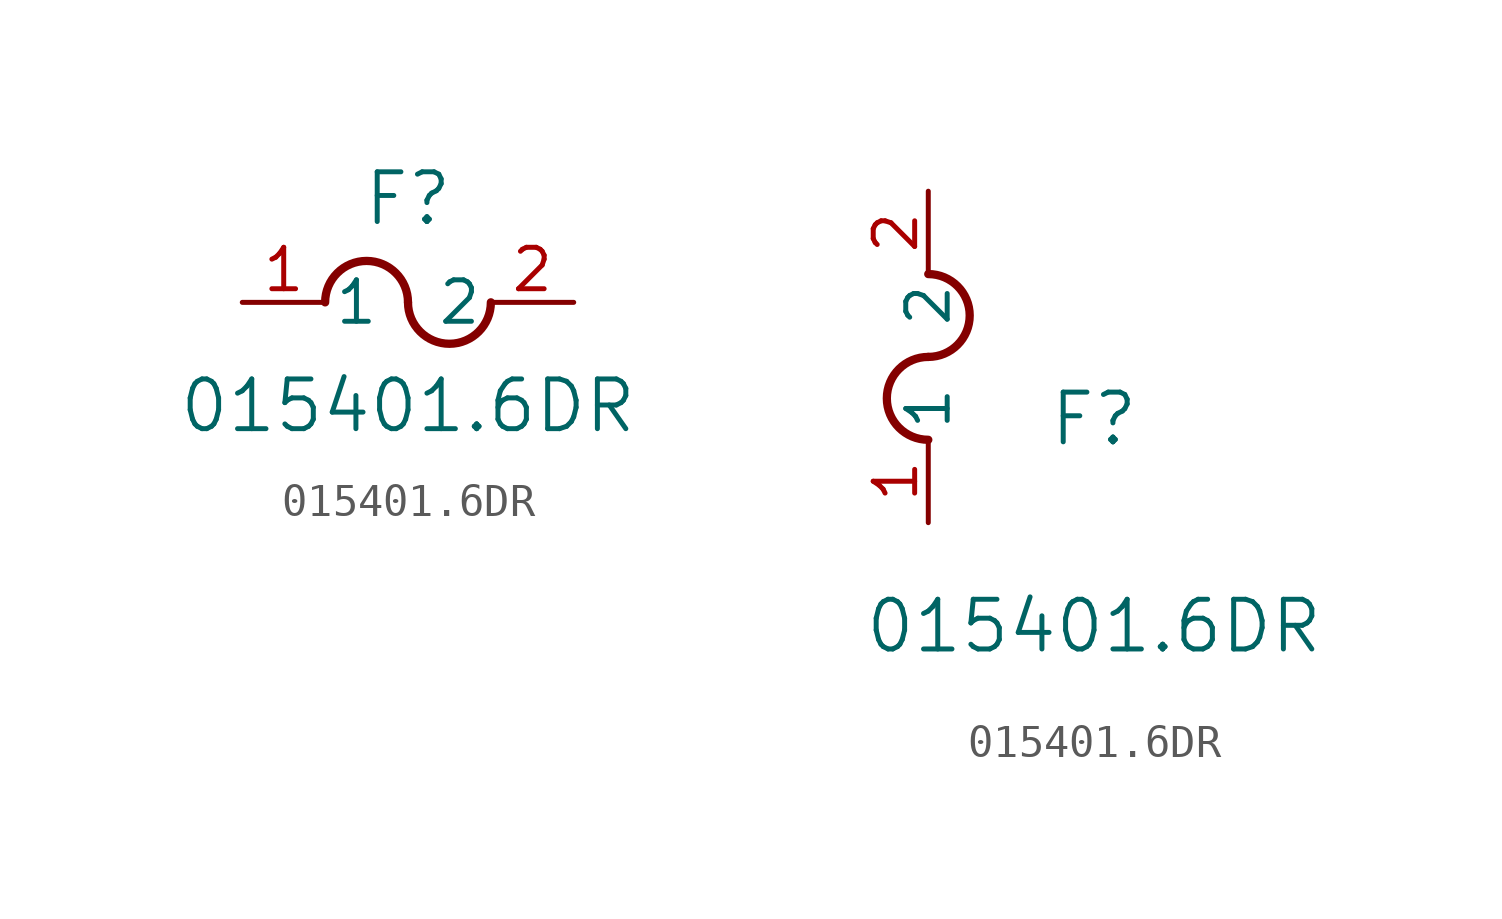
<source format=kicad_sym>
(kicad_symbol_lib
  (version 20211014)
  (generator kicad_symbol_editor)
  (symbol "015401.6DR"
    (pin_names
      (offset 0.254))
    (property "Reference" "F"
      (at 5.08 3.175 0)
      (effects (font (size 1.524 1.524))))
    (property "Value" "015401.6DR"
      (at 5.08 -3.175 0)
      (effects (font (size 1.524 1.524))))
    (symbol "015401.6DR_1_1"
      (arc (start 5.08 0) (mid 3.81 1.27) (end 2.54 0) (stroke (width 0.254) (type default) (color 0 0 0 0)) (fill (type none)))
      (arc (start 5.08 0) (mid 6.35 -1.27) (end 7.62 0) (stroke (width 0.254) (type default) (color 0 0 0 0)) (fill (type none)))
      (pin unspecified line (at 0 0 0) (length 2.54) (name "1" (effects (font (size 1.27 1.27)))) (number "1" (effects (font (size 1.27 1.27)))))
      (pin unspecified line (at 10.16 0 180) (length 2.54) (name "2" (effects (font (size 1.27 1.27)))) (number "2" (effects (font (size 1.27 1.27))))))
    (symbol "015401.6DR_1_2"
      (arc (start 0 5.08) (mid -1.27 3.81) (end 0 2.54) (stroke (width 0.254) (type default) (color 0 0 0 0)) (fill (type none)))
      (arc (start 0 5.08) (mid 1.27 6.35) (end 0 7.62) (stroke (width 0.254) (type default) (color 0 0 0 0)) (fill (type none)))
      (pin unspecified line (at 0 0 90) (length 2.54) (name "1" (effects (font (size 1.27 1.27)))) (number "1" (effects (font (size 1.27 1.27)))))
      (pin unspecified line (at 0 10.16 270) (length 2.54) (name "2" (effects (font (size 1.27 1.27)))) (number "2" (effects (font (size 1.27 1.27))))))))
</source>
